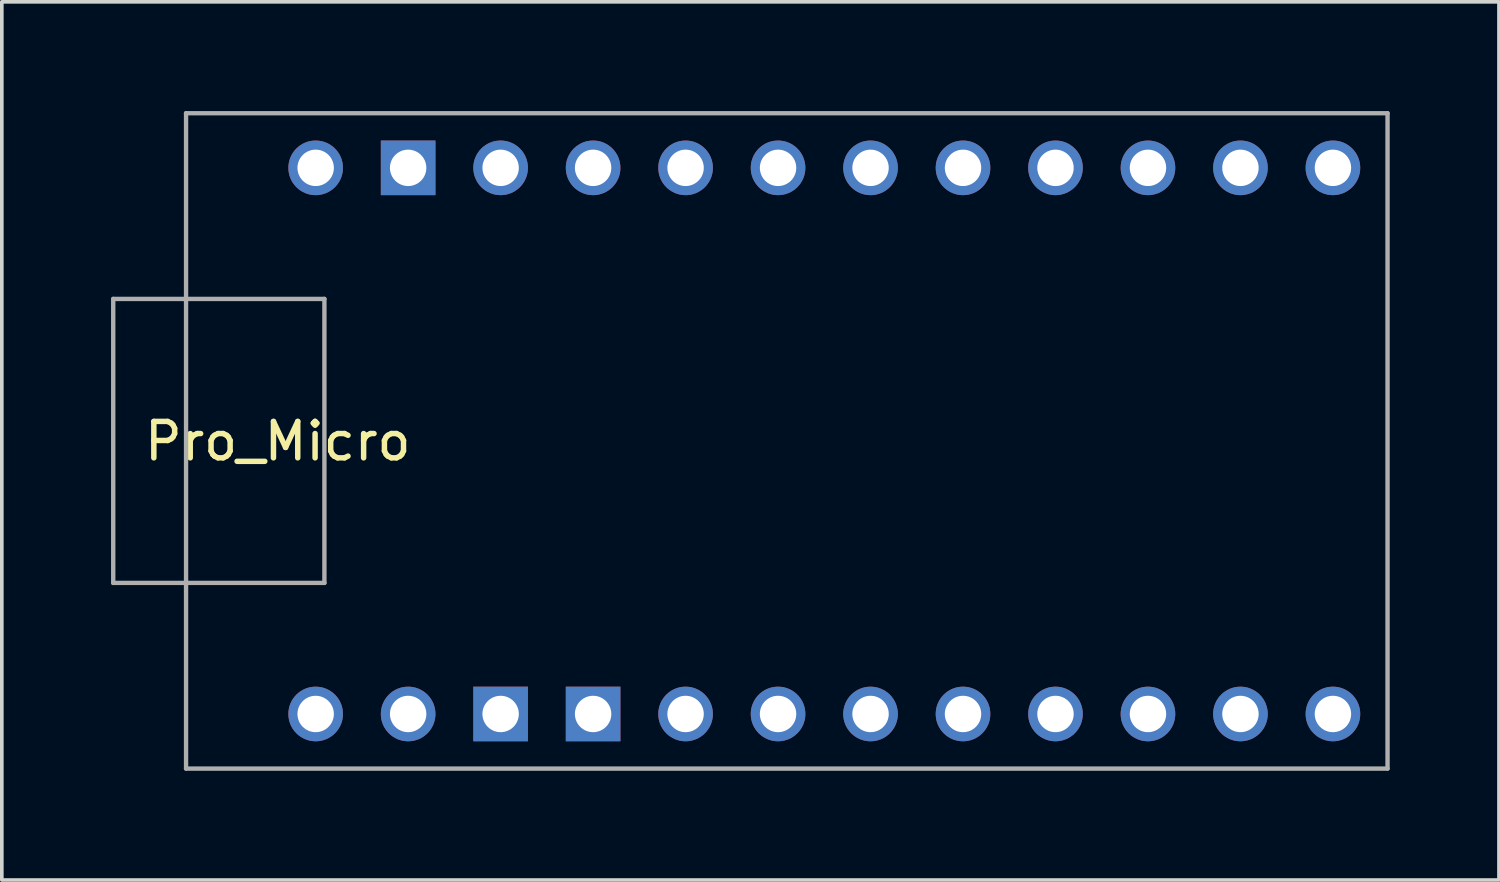
<source format=kicad_pcb>
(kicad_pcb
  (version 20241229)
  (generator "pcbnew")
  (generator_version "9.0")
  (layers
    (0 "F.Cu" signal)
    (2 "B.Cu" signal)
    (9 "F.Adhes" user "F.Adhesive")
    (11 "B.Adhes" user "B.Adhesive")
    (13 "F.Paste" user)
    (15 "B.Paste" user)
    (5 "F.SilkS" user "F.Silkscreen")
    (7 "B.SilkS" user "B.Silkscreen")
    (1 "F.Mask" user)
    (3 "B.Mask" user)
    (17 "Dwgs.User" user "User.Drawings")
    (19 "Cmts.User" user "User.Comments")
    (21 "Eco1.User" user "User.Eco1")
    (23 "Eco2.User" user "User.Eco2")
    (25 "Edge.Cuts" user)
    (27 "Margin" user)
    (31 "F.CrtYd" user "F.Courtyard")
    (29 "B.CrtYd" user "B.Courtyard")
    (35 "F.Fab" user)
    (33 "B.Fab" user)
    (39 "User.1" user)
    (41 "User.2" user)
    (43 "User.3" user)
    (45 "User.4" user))
  (footprint "Pro_Micro"
    (layer "F.Cu")
    (at 30.88 9.06)
    (property "Reference" "Pro_Micro" (at -26.3 0.01 0) (layer "F.SilkS") (effects (font (size 1 1) (thickness 0.15))))
    (attr through_hole)
    (fp_line (start -30.82 -3.9) (end -25.02 -3.9) (stroke (width 0.12) (type solid)) (layer "F.Fab"))
    (fp_line (start -30.82 3.9) (end -30.82 -3.9) (stroke (width 0.12) (type solid)) (layer "F.Fab"))
    (fp_line (start -28.82 -9) (end 4.18 -9) (stroke (width 0.12) (type solid)) (layer "F.Fab"))
    (fp_line (start -28.82 9) (end -28.82 -9) (stroke (width 0.12) (type solid)) (layer "F.Fab"))
    (fp_line (start -25.02 -3.9) (end -25.02 3.9) (stroke (width 0.12) (type solid)) (layer "F.Fab"))
    (fp_line (start -25.02 3.9) (end -30.82 3.9) (stroke (width 0.12) (type solid)) (layer "F.Fab"))
    (fp_line (start 4.18 -9) (end 4.18 9) (stroke (width 0.12) (type solid)) (layer "F.Fab"))
    (fp_line (start 4.18 9) (end -28.82 9) (stroke (width 0.12) (type solid)) (layer "F.Fab"))
    (pad "2" thru_hole circle (at -15.1 7.5) (size 1.5 1.5) (drill 1) (layers "*.Cu" "*.Mask"))
    (pad "3" thru_hole circle (at -12.56 7.5) (size 1.5 1.5) (drill 1) (layers "*.Cu" "*.Mask"))
    (pad "4" thru_hole circle (at -10.02 7.5) (size 1.5 1.5) (drill 1) (layers "*.Cu" "*.Mask"))
    (pad "5" thru_hole circle (at -7.48 7.5) (size 1.5 1.5) (drill 1) (layers "*.Cu" "*.Mask"))
    (pad "6" thru_hole circle (at -4.94 7.5) (size 1.5 1.5) (drill 1) (layers "*.Cu" "*.Mask"))
    (pad "7" thru_hole circle (at -2.4 7.5) (size 1.5 1.5) (drill 1) (layers "*.Cu" "*.Mask"))
    (pad "8" thru_hole circle (at 0.14 7.5) (size 1.5 1.5) (drill 1) (layers "*.Cu" "*.Mask"))
    (pad "9" thru_hole circle (at 2.68 7.5) (size 1.5 1.5) (drill 1) (layers "*.Cu" "*.Mask"))
    (pad "10" thru_hole circle (at 2.68 -7.5) (size 1.5 1.5) (drill 1) (layers "*.Cu" "*.Mask"))
    (pad "14" thru_hole circle (at -2.4 -7.5) (size 1.5 1.5) (drill 1) (layers "*.Cu" "*.Mask"))
    (pad "15" thru_hole circle (at -4.94 -7.5) (size 1.5 1.5) (drill 1) (layers "*.Cu" "*.Mask"))
    (pad "16" thru_hole circle (at 0.14 -7.5) (size 1.5 1.5) (drill 1) (layers "*.Cu" "*.Mask"))
    (pad "A0" thru_hole circle (at -7.48 -7.5) (size 1.5 1.5) (drill 1) (layers "*.Cu" "*.Mask"))
    (pad "A1" thru_hole circle (at -10.02 -7.5) (size 1.5 1.5) (drill 1) (layers "*.Cu" "*.Mask"))
    (pad "A2" thru_hole circle (at -12.56 -7.5) (size 1.5 1.5) (drill 1) (layers "*.Cu" "*.Mask"))
    (pad "A3" thru_hole circle (at -15.1 -7.5) (size 1.5 1.5) (drill 1) (layers "*.Cu" "*.Mask"))
    (pad "GND" thru_hole rect (at -22.72 -7.5) (size 1.5 1.5) (drill 1) (layers "*.Cu" "*.Mask"))
    (pad "GND" thru_hole rect (at -20.18 7.5) (size 1.5 1.5) (drill 1) (layers "*.Cu" "*.Mask"))
    (pad "GND" thru_hole rect (at -17.64 7.5) (size 1.5 1.5) (drill 1) (layers "*.Cu" "*.Mask"))
    (pad "RAW" thru_hole circle (at -25.26 -7.5) (size 1.5 1.5) (drill 1) (layers "*.Cu" "*.Mask"))
    (pad "RST" thru_hole circle (at -20.18 -7.5) (size 1.5 1.5) (drill 1) (layers "*.Cu" "*.Mask"))
    (pad "RX1" thru_hole circle (at -22.72 7.5) (size 1.5 1.5) (drill 1) (layers "*.Cu" "*.Mask"))
    (pad "TX0" thru_hole circle (at -25.26 7.5) (size 1.5 1.5) (drill 1) (layers "*.Cu" "*.Mask"))
    (pad "VCC" thru_hole circle (at -17.64 -7.5) (size 1.5 1.5) (drill 1) (layers "*.Cu" "*.Mask")))
  (gr_rect
    (start -3 -3)
    (end 38.12 21.12)
    (stroke (width 0.1) (type default))
    (fill no)
    (layer "Edge.Cuts")))
</source>
